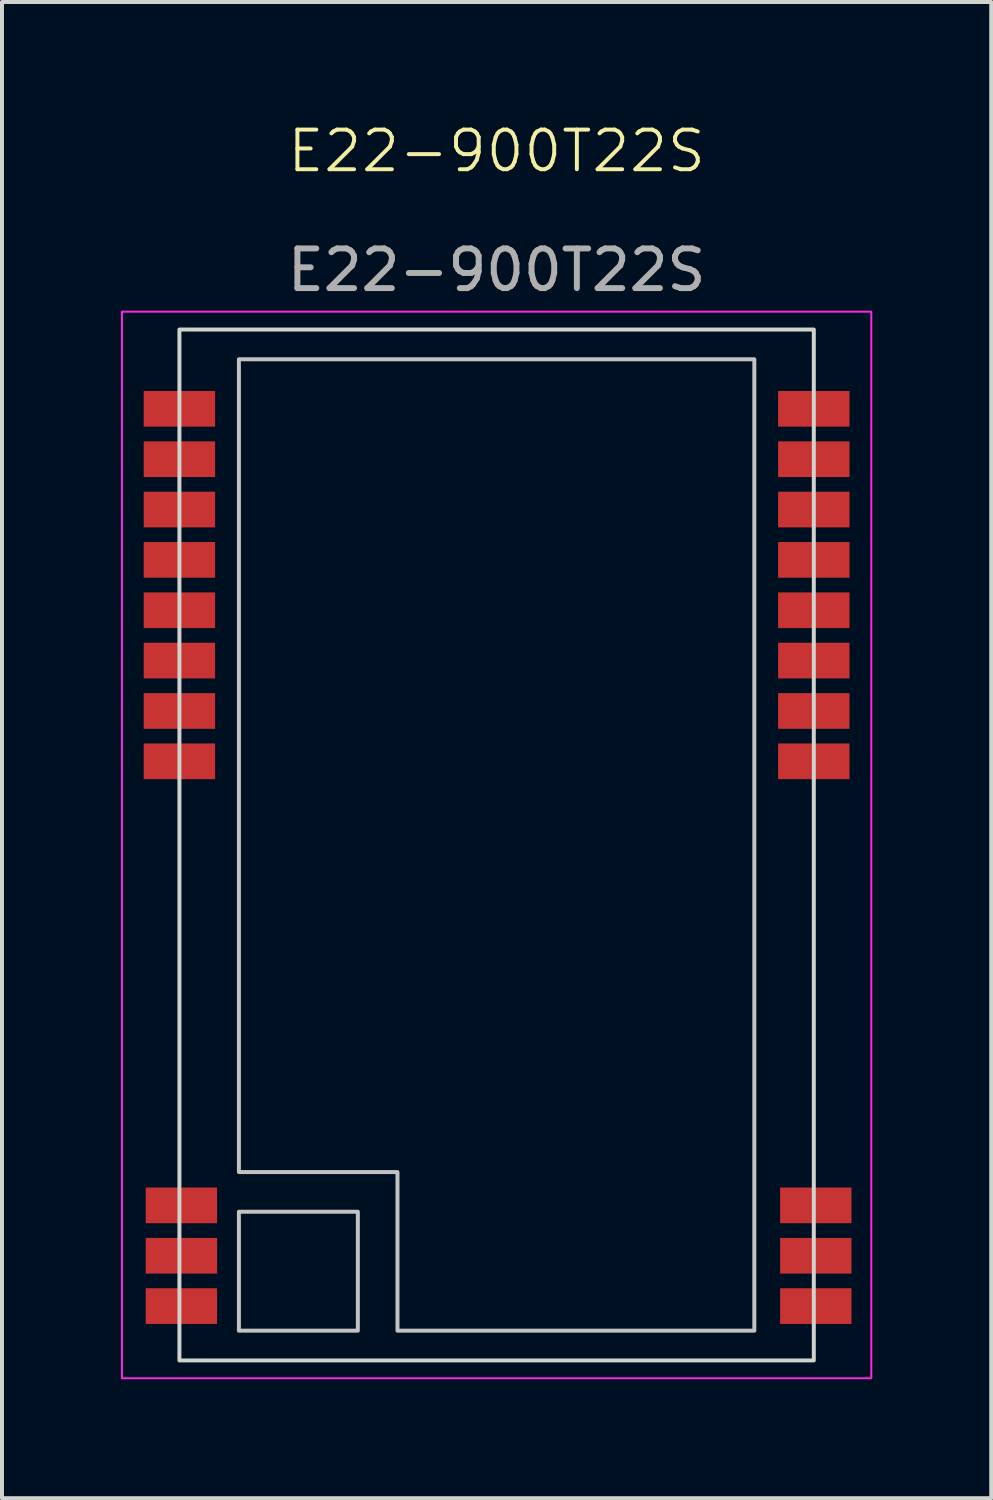
<source format=kicad_pcb>
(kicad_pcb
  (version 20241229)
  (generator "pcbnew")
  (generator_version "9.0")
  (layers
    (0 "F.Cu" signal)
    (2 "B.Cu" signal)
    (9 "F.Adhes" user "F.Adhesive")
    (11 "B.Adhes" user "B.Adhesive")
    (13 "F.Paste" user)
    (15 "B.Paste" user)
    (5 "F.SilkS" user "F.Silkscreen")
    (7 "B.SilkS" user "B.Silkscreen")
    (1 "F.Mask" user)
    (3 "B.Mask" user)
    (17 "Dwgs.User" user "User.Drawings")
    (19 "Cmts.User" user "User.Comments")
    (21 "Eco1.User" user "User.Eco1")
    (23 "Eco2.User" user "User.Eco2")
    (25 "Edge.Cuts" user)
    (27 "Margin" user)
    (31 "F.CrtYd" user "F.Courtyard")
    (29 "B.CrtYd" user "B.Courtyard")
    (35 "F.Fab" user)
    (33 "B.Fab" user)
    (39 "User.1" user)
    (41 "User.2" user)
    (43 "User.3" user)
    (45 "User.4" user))
  (footprint "E22-900T22S"
    (layer "F.Cu")
    (at 9.475 18.261)
    (property "Reference" "E22-900T22S" (at 0 -17.5 0) (unlocked yes) (layer "F.SilkS") (effects (font (size 1 1) (thickness 0.1))))
    (attr smd)
    (fp_rect (start -6.5 9.25) (end -3.5 12.25) (stroke (width 0.1) (type solid)) (fill no) (layer "Dwgs.User"))
    (fp_poly (pts (xy -6.5 -12.25) (xy -6.5 8.25) (xy -2.5 8.25) (xy -2.5 12.25) (xy 6.5 12.25) (xy 6.5 -12.25)) (stroke (width 0.1) (type solid)) (fill no) (layer "Dwgs.User"))
    (fp_rect (start -8 -13) (end 8 13) (stroke (width 0.1) (type solid)) (fill no) (layer "Edge.Cuts"))
    (fp_rect (start -9.45 -13.45) (end 9.45 13.45) (stroke (width 0.05) (type default)) (fill no) (layer "F.CrtYd"))
    (fp_text user "${REFERENCE}" (at 0 -14.5 0) (unlocked yes) (layer "F.Fab") (effects (font (size 1 1) (thickness 0.15))))
    (pad "1" smd rect (at -8 -11) (size 1.8 0.9) (layers "F.Cu" "F.Mask" "B.Adhes" "F.Paste"))
    (pad "2" smd rect (at -8 -9.73) (size 1.8 0.9) (layers "F.Cu" "F.Mask" "F.Paste"))
    (pad "3" smd rect (at -8 -8.46) (size 1.8 0.9) (layers "F.Cu" "F.Mask" "F.Paste"))
    (pad "4" smd rect (at -8 -7.19) (size 1.8 0.9) (layers "F.Cu" "F.Mask" "F.Paste"))
    (pad "5" smd rect (at -8 -5.92) (size 1.8 0.9) (layers "F.Cu" "F.Mask" "F.Paste"))
    (pad "6" smd rect (at -8 -4.65) (size 1.8 0.9) (layers "F.Cu" "F.Mask" "F.Paste"))
    (pad "7" smd rect (at -8 -3.38) (size 1.8 0.9) (layers "F.Cu" "F.Mask" "F.Paste"))
    (pad "8" smd rect (at -8 -2.11) (size 1.8 0.9) (layers "F.Cu" "F.Mask" "F.Paste"))
    (pad "11" smd rect (at -7.95 9.09) (size 1.8 0.9) (layers "F.Cu" "F.Mask" "F.Paste"))
    (pad "12" smd rect (at -7.95 10.36) (size 1.8 0.9) (layers "F.Cu" "F.Mask" "F.Paste"))
    (pad "13" smd rect (at -7.95 11.63) (size 1.8 0.9) (layers "F.Cu" "F.Mask" "F.Paste"))
    (pad "14" smd rect (at 8.05 11.63) (size 1.8 0.9) (layers "F.Cu" "F.Mask" "F.Paste"))
    (pad "15" smd rect (at 8.05 10.36) (size 1.8 0.9) (layers "F.Cu" "F.Mask" "F.Paste"))
    (pad "16" smd rect (at 8.05 9.09) (size 1.8 0.9) (layers "F.Cu" "F.Mask" "F.Paste"))
    (pad "19" smd rect (at 8 -2.11) (size 1.8 0.9) (layers "F.Cu" "F.Mask" "F.Paste"))
    (pad "20" smd rect (at 8 -3.38) (size 1.8 0.9) (layers "F.Cu" "F.Mask" "F.Paste"))
    (pad "21" smd rect (at 8 -4.65) (size 1.8 0.9) (layers "F.Cu" "F.Mask" "F.Paste"))
    (pad "22" smd rect (at 8 -5.92) (size 1.8 0.9) (layers "F.Cu" "F.Mask" "F.Paste"))
    (pad "23" smd rect (at 8 -7.19) (size 1.8 0.9) (layers "F.Cu" "F.Mask" "F.Paste"))
    (pad "24" smd rect (at 8 -8.46) (size 1.8 0.9) (layers "F.Cu" "F.Mask" "F.Paste"))
    (pad "25" smd rect (at 8 -9.73) (size 1.8 0.9) (layers "F.Cu" "F.Mask" "F.Paste"))
    (pad "26" smd rect (at 8 -11) (size 1.8 0.9) (layers "F.Cu" "F.Mask" "F.Paste")))
  (gr_rect
    (start -3 -3)
    (end 21.95 34.736)
    (stroke (width 0.1) (type default))
    (fill no)
    (layer "Edge.Cuts")))
</source>
